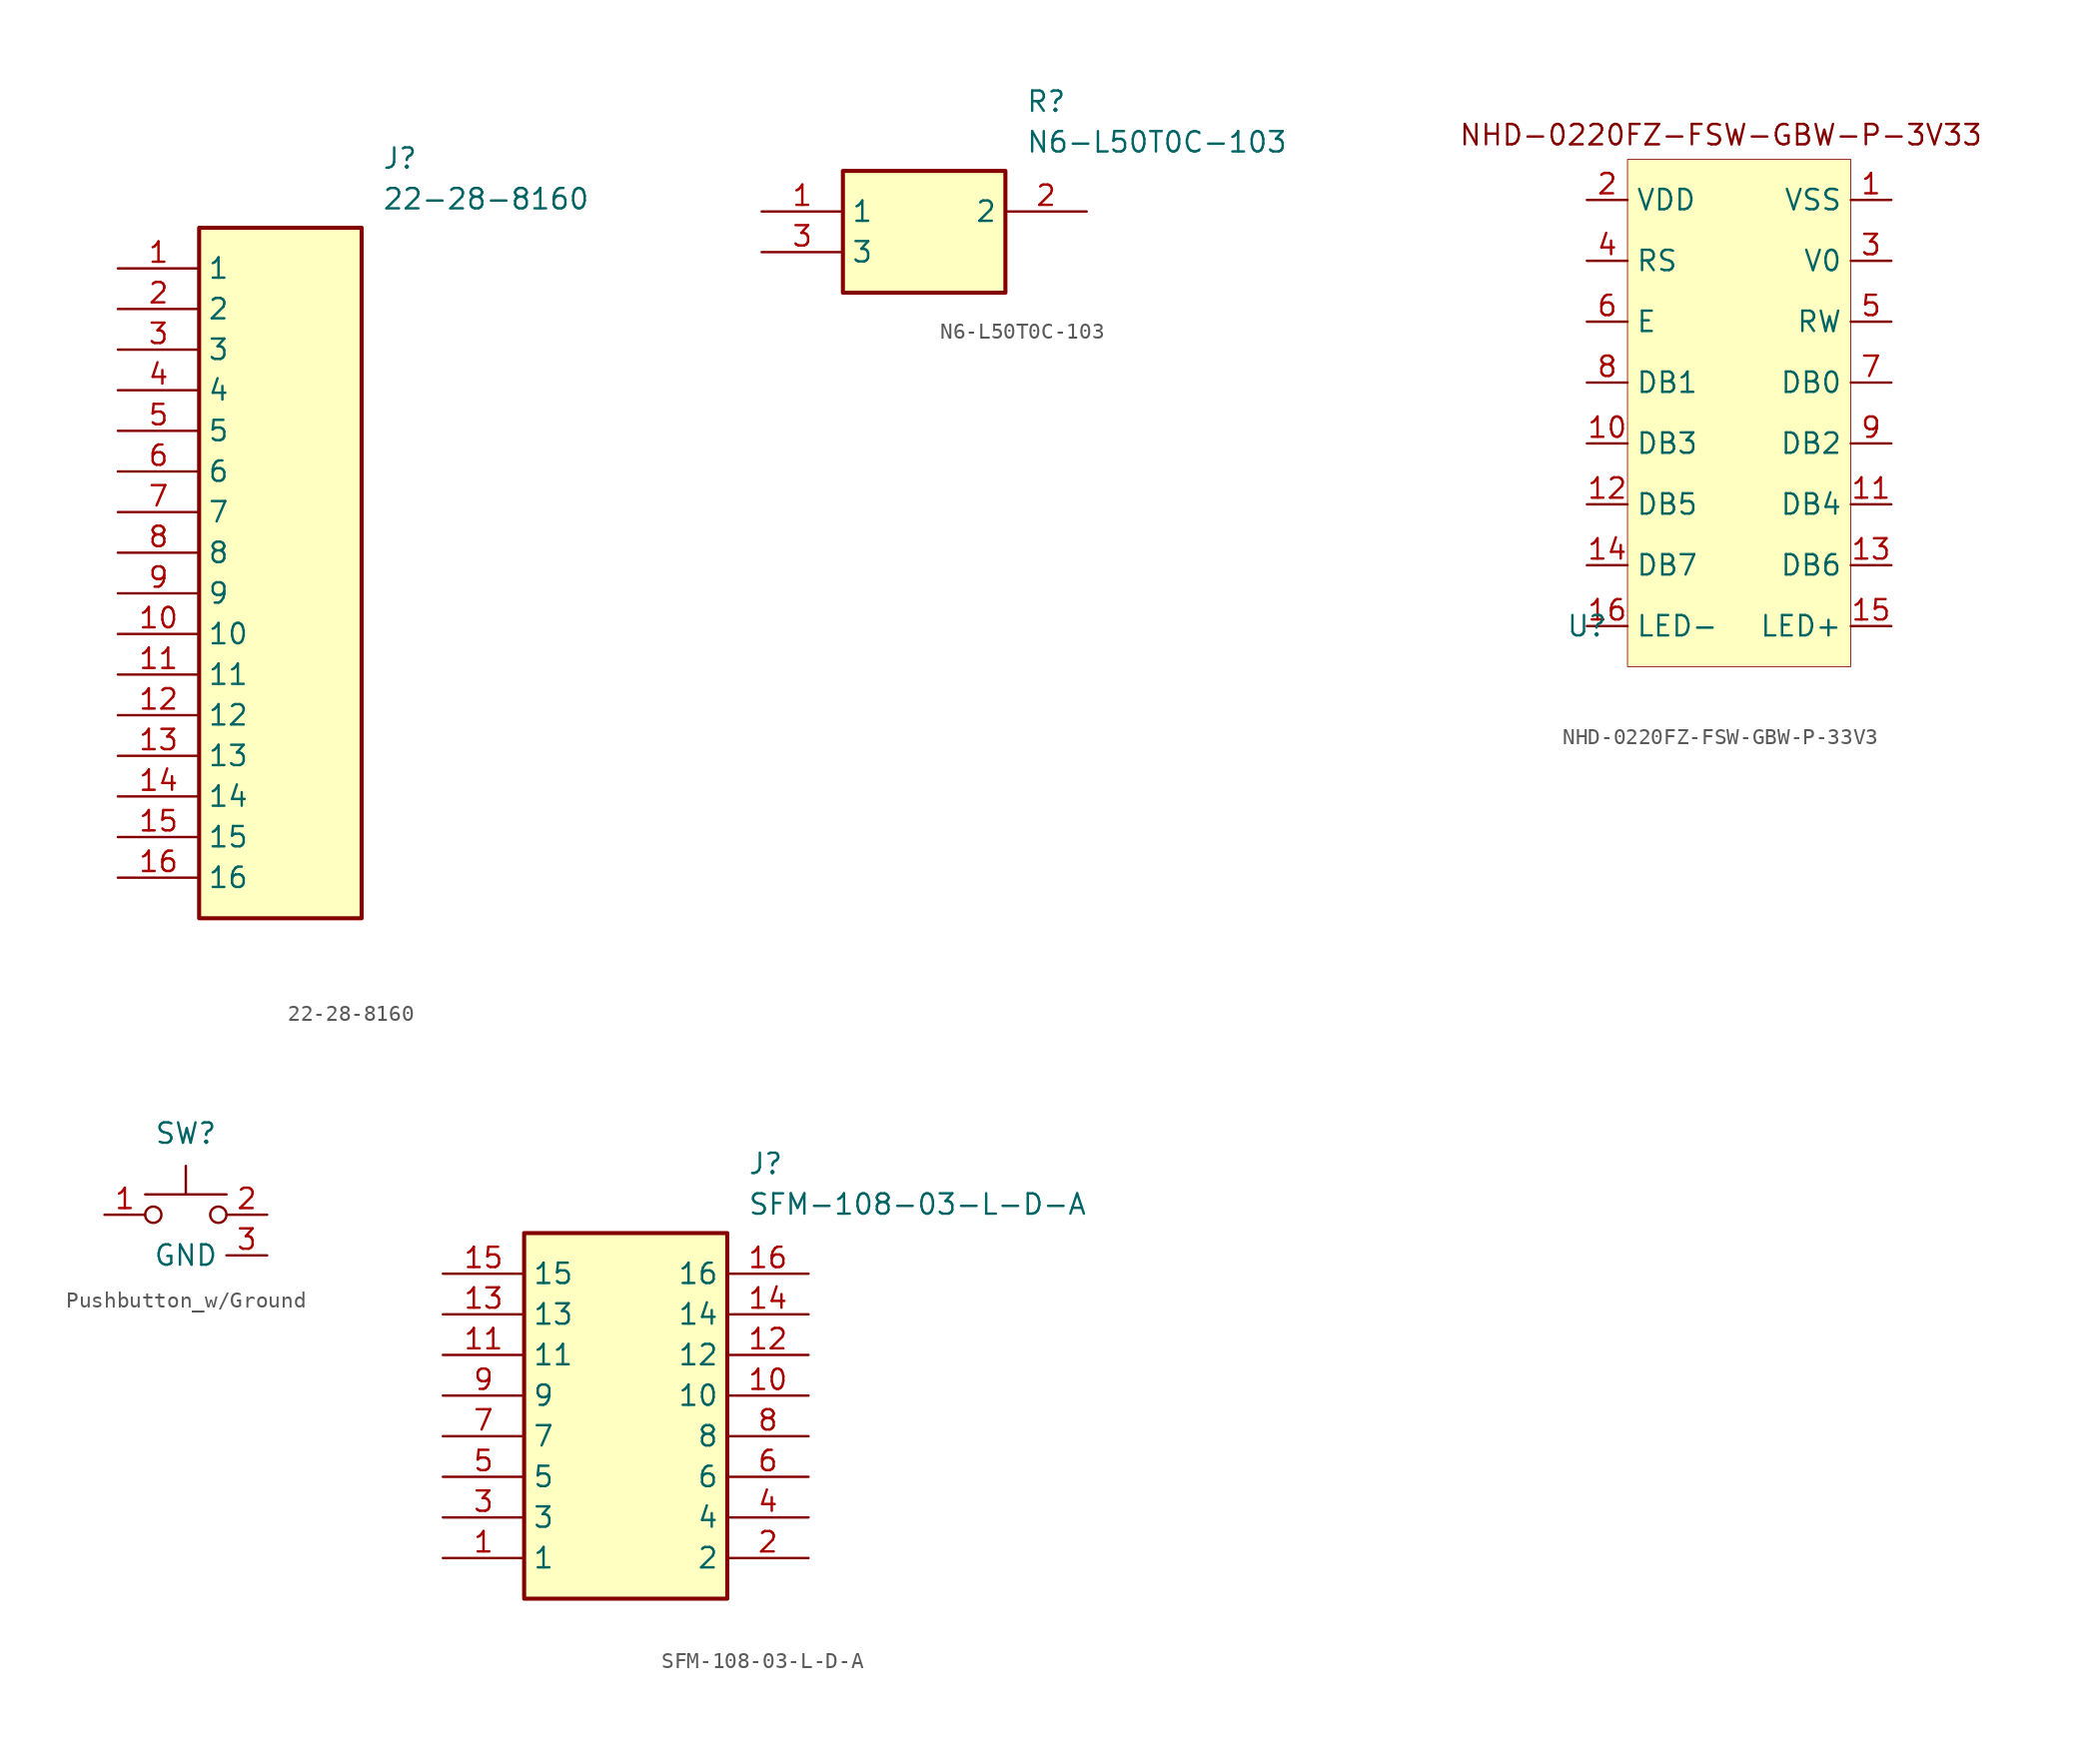
<source format=kicad_sym>
(kicad_symbol_lib
  (version 20231120)
  (generator "kicad_symbol_editor")
  (generator_version "8.0")
  (symbol "22-28-8160"
    (property "Reference" "J"
      (at 16.51 7.62 0)
      (effects (font (size 1.27 1.27)) (justify left top)))
    (property "Value" "22-28-8160"
      (at 16.51 5.08 0)
      (effects (font (size 1.27 1.27)) (justify left top)))
    (symbol "22-28-8160_1_1"
      (rectangle (start 5.08 2.54) (end 15.24 -40.64) (stroke (width 0.254) (type default)) (fill (type background)))
      (pin passive line (at 0 0 0) (length 5.08) (name "1" (effects (font (size 1.27 1.27)))) (number "1" (effects (font (size 1.27 1.27)))))
      (pin passive line (at 0 -22.86 0) (length 5.08) (name "10" (effects (font (size 1.27 1.27)))) (number "10" (effects (font (size 1.27 1.27)))))
      (pin passive line (at 0 -25.4 0) (length 5.08) (name "11" (effects (font (size 1.27 1.27)))) (number "11" (effects (font (size 1.27 1.27)))))
      (pin passive line (at 0 -27.94 0) (length 5.08) (name "12" (effects (font (size 1.27 1.27)))) (number "12" (effects (font (size 1.27 1.27)))))
      (pin passive line (at 0 -30.48 0) (length 5.08) (name "13" (effects (font (size 1.27 1.27)))) (number "13" (effects (font (size 1.27 1.27)))))
      (pin passive line (at 0 -33.02 0) (length 5.08) (name "14" (effects (font (size 1.27 1.27)))) (number "14" (effects (font (size 1.27 1.27)))))
      (pin passive line (at 0 -35.56 0) (length 5.08) (name "15" (effects (font (size 1.27 1.27)))) (number "15" (effects (font (size 1.27 1.27)))))
      (pin passive line (at 0 -38.1 0) (length 5.08) (name "16" (effects (font (size 1.27 1.27)))) (number "16" (effects (font (size 1.27 1.27)))))
      (pin passive line (at 0 -2.54 0) (length 5.08) (name "2" (effects (font (size 1.27 1.27)))) (number "2" (effects (font (size 1.27 1.27)))))
      (pin passive line (at 0 -5.08 0) (length 5.08) (name "3" (effects (font (size 1.27 1.27)))) (number "3" (effects (font (size 1.27 1.27)))))
      (pin passive line (at 0 -7.62 0) (length 5.08) (name "4" (effects (font (size 1.27 1.27)))) (number "4" (effects (font (size 1.27 1.27)))))
      (pin passive line (at 0 -10.16 0) (length 5.08) (name "5" (effects (font (size 1.27 1.27)))) (number "5" (effects (font (size 1.27 1.27)))))
      (pin passive line (at 0 -12.7 0) (length 5.08) (name "6" (effects (font (size 1.27 1.27)))) (number "6" (effects (font (size 1.27 1.27)))))
      (pin passive line (at 0 -15.24 0) (length 5.08) (name "7" (effects (font (size 1.27 1.27)))) (number "7" (effects (font (size 1.27 1.27)))))
      (pin passive line (at 0 -17.78 0) (length 5.08) (name "8" (effects (font (size 1.27 1.27)))) (number "8" (effects (font (size 1.27 1.27)))))
      (pin passive line (at 0 -20.32 0) (length 5.08) (name "9" (effects (font (size 1.27 1.27)))) (number "9" (effects (font (size 1.27 1.27)))))))
  (symbol "N6-L50T0C-103"
    (property "Reference" "R"
      (at 16.51 7.62 0)
      (effects (font (size 1.27 1.27)) (justify left top)))
    (property "Value" "N6-L50T0C-103"
      (at 16.51 5.08 0)
      (effects (font (size 1.27 1.27)) (justify left top)))
    (symbol "N6-L50T0C-103_1_1"
      (rectangle (start 5.08 2.54) (end 15.24 -5.08) (stroke (width 0.254) (type default)) (fill (type background)))
      (pin passive line (at 0 0 0) (length 5.08) (name "1" (effects (font (size 1.27 1.27)))) (number "1" (effects (font (size 1.27 1.27)))))
      (pin passive line (at 20.32 0 180) (length 5.08) (name "2" (effects (font (size 1.27 1.27)))) (number "2" (effects (font (size 1.27 1.27)))))
      (pin passive line (at 0 -2.54 0) (length 5.08) (name "3" (effects (font (size 1.27 1.27)))) (number "3" (effects (font (size 1.27 1.27)))))))
  (symbol "NHD-0220FZ-FSW-GBW-P-33V3"
    (property "Reference" "U"
      (at -2.54 -29.21 0)
      (effects (font (size 1.27 1.27))))
    (property "Value" ""
      (at -2.54 -29.21 0)
      (effects (font (size 1.27 1.27))))
    (symbol "NHD-0220FZ-FSW-GBW-P-33V3_1_1"
      (rectangle (start 0 0) (end 13.97 -31.75) (stroke (width 0.051) (type default)) (fill (type background)))
      (text "NHD-0220FZ-FSW-GBW-P-3V33" (at 5.842 1.524 0) (effects (font (size 1.27 1.27))))
      (pin power_in line (at 16.51 -2.54 180) (length 2.54) (name "VSS" (effects (font (size 1.27 1.27)))) (number "1" (effects (font (size 1.27 1.27)))))
      (pin input line (at -2.54 -17.78 0) (length 2.54) (name "DB3" (effects (font (size 1.27 1.27)))) (number "10" (effects (font (size 1.27 1.27)))))
      (pin input line (at 16.51 -21.59 180) (length 2.54) (name "DB4" (effects (font (size 1.27 1.27)))) (number "11" (effects (font (size 1.27 1.27)))))
      (pin input line (at -2.54 -21.59 0) (length 2.54) (name "DB5" (effects (font (size 1.27 1.27)))) (number "12" (effects (font (size 1.27 1.27)))))
      (pin input line (at 16.51 -25.4 180) (length 2.54) (name "DB6" (effects (font (size 1.27 1.27)))) (number "13" (effects (font (size 1.27 1.27)))))
      (pin input line (at -2.54 -25.4 0) (length 2.54) (name "DB7" (effects (font (size 1.27 1.27)))) (number "14" (effects (font (size 1.27 1.27)))))
      (pin passive line (at 16.51 -29.21 180) (length 2.54) (name "LED+" (effects (font (size 1.27 1.27)))) (number "15" (effects (font (size 1.27 1.27)))))
      (pin passive line (at -2.54 -29.21 0) (length 2.54) (name "LED-" (effects (font (size 1.27 1.27)))) (number "16" (effects (font (size 1.27 1.27)))))
      (pin power_in line (at -2.54 -2.54 0) (length 2.54) (name "VDD" (effects (font (size 1.27 1.27)))) (number "2" (effects (font (size 1.27 1.27)))))
      (pin input line (at 16.51 -6.35 180) (length 2.54) (name "V0" (effects (font (size 1.27 1.27)))) (number "3" (effects (font (size 1.27 1.27)))))
      (pin input line (at -2.54 -6.35 0) (length 2.54) (name "RS" (effects (font (size 1.27 1.27)))) (number "4" (effects (font (size 1.27 1.27)))))
      (pin input line (at 16.51 -10.16 180) (length 2.54) (name "RW" (effects (font (size 1.27 1.27)))) (number "5" (effects (font (size 1.27 1.27)))))
      (pin input line (at -2.54 -10.16 0) (length 2.54) (name "E" (effects (font (size 1.27 1.27)))) (number "6" (effects (font (size 1.27 1.27)))))
      (pin input line (at 16.51 -13.97 180) (length 2.54) (name "DB0" (effects (font (size 1.27 1.27)))) (number "7" (effects (font (size 1.27 1.27)))))
      (pin input line (at -2.54 -13.97 0) (length 2.54) (name "DB1" (effects (font (size 1.27 1.27)))) (number "8" (effects (font (size 1.27 1.27)))))
      (pin input line (at 16.51 -17.78 180) (length 2.54) (name "DB2" (effects (font (size 1.27 1.27)))) (number "9" (effects (font (size 1.27 1.27)))))))
  (symbol "Pushbutton_w/Ground"
    (property "Reference" "SW"
      (at 0 0 0)
      (effects (font (size 1.27 1.27))))
    (property "Value" ""
      (at 0 0 0)
      (effects (font (size 1.27 1.27))))
    (symbol "Pushbutton_w/Ground_0_1"
      (circle (center -2.032 -5.08) (radius 0.508) (stroke (width 0) (type default)) (fill (type none)))
      (polyline (pts (xy 0 -3.81) (xy 0 -2.032)) (stroke (width 0) (type default)) (fill (type none)))
      (polyline (pts (xy 2.54 -3.81) (xy -2.54 -3.81)) (stroke (width 0) (type default)) (fill (type none)))
      (circle (center 2.032 -5.08) (radius 0.508) (stroke (width 0) (type default)) (fill (type none)))
      (pin passive line (at -5.08 -5.08 0) (length 2.54) (name "" (effects (font (size 1.27 1.27)))) (number "1" (effects (font (size 1.27 1.27)))))
      (pin passive line (at 5.08 -5.08 180) (length 2.54) (name "" (effects (font (size 1.27 1.27)))) (number "2" (effects (font (size 1.27 1.27))))))
    (symbol "Pushbutton_w/Ground_1_1"
      (pin power_in line (at 5.08 -7.62 180) (length 2.54) (name "GND" (effects (font (size 1.27 1.27)))) (number "3" (effects (font (size 1.27 1.27)))))))
  (symbol "SFM-108-03-L-D-A"
    (property "Reference" "J"
      (at 19.05 7.62 0)
      (effects (font (size 1.27 1.27)) (justify left top)))
    (property "Value" "SFM-108-03-L-D-A"
      (at 19.05 5.08 0)
      (effects (font (size 1.27 1.27)) (justify left top)))
    (symbol "SFM-108-03-L-D-A_1_1"
      (rectangle (start 5.08 2.54) (end 17.78 -20.32) (stroke (width 0.254) (type default)) (fill (type background)))
      (pin passive line (at 0 -17.78 0) (length 5.08) (name "1" (effects (font (size 1.27 1.27)))) (number "1" (effects (font (size 1.27 1.27)))))
      (pin passive line (at 22.86 -7.62 180) (length 5.08) (name "10" (effects (font (size 1.27 1.27)))) (number "10" (effects (font (size 1.27 1.27)))))
      (pin passive line (at 0 -5.08 0) (length 5.08) (name "11" (effects (font (size 1.27 1.27)))) (number "11" (effects (font (size 1.27 1.27)))))
      (pin passive line (at 22.86 -5.08 180) (length 5.08) (name "12" (effects (font (size 1.27 1.27)))) (number "12" (effects (font (size 1.27 1.27)))))
      (pin passive line (at 0 -2.54 0) (length 5.08) (name "13" (effects (font (size 1.27 1.27)))) (number "13" (effects (font (size 1.27 1.27)))))
      (pin passive line (at 22.86 -2.54 180) (length 5.08) (name "14" (effects (font (size 1.27 1.27)))) (number "14" (effects (font (size 1.27 1.27)))))
      (pin passive line (at 0 0 0) (length 5.08) (name "15" (effects (font (size 1.27 1.27)))) (number "15" (effects (font (size 1.27 1.27)))))
      (pin passive line (at 22.86 0 180) (length 5.08) (name "16" (effects (font (size 1.27 1.27)))) (number "16" (effects (font (size 1.27 1.27)))))
      (pin passive line (at 22.86 -17.78 180) (length 5.08) (name "2" (effects (font (size 1.27 1.27)))) (number "2" (effects (font (size 1.27 1.27)))))
      (pin passive line (at 0 -15.24 0) (length 5.08) (name "3" (effects (font (size 1.27 1.27)))) (number "3" (effects (font (size 1.27 1.27)))))
      (pin passive line (at 22.86 -15.24 180) (length 5.08) (name "4" (effects (font (size 1.27 1.27)))) (number "4" (effects (font (size 1.27 1.27)))))
      (pin passive line (at 0 -12.7 0) (length 5.08) (name "5" (effects (font (size 1.27 1.27)))) (number "5" (effects (font (size 1.27 1.27)))))
      (pin passive line (at 22.86 -12.7 180) (length 5.08) (name "6" (effects (font (size 1.27 1.27)))) (number "6" (effects (font (size 1.27 1.27)))))
      (pin passive line (at 0 -10.16 0) (length 5.08) (name "7" (effects (font (size 1.27 1.27)))) (number "7" (effects (font (size 1.27 1.27)))))
      (pin passive line (at 22.86 -10.16 180) (length 5.08) (name "8" (effects (font (size 1.27 1.27)))) (number "8" (effects (font (size 1.27 1.27)))))
      (pin passive line (at 0 -7.62 0) (length 5.08) (name "9" (effects (font (size 1.27 1.27)))) (number "9" (effects (font (size 1.27 1.27))))))))
</source>
